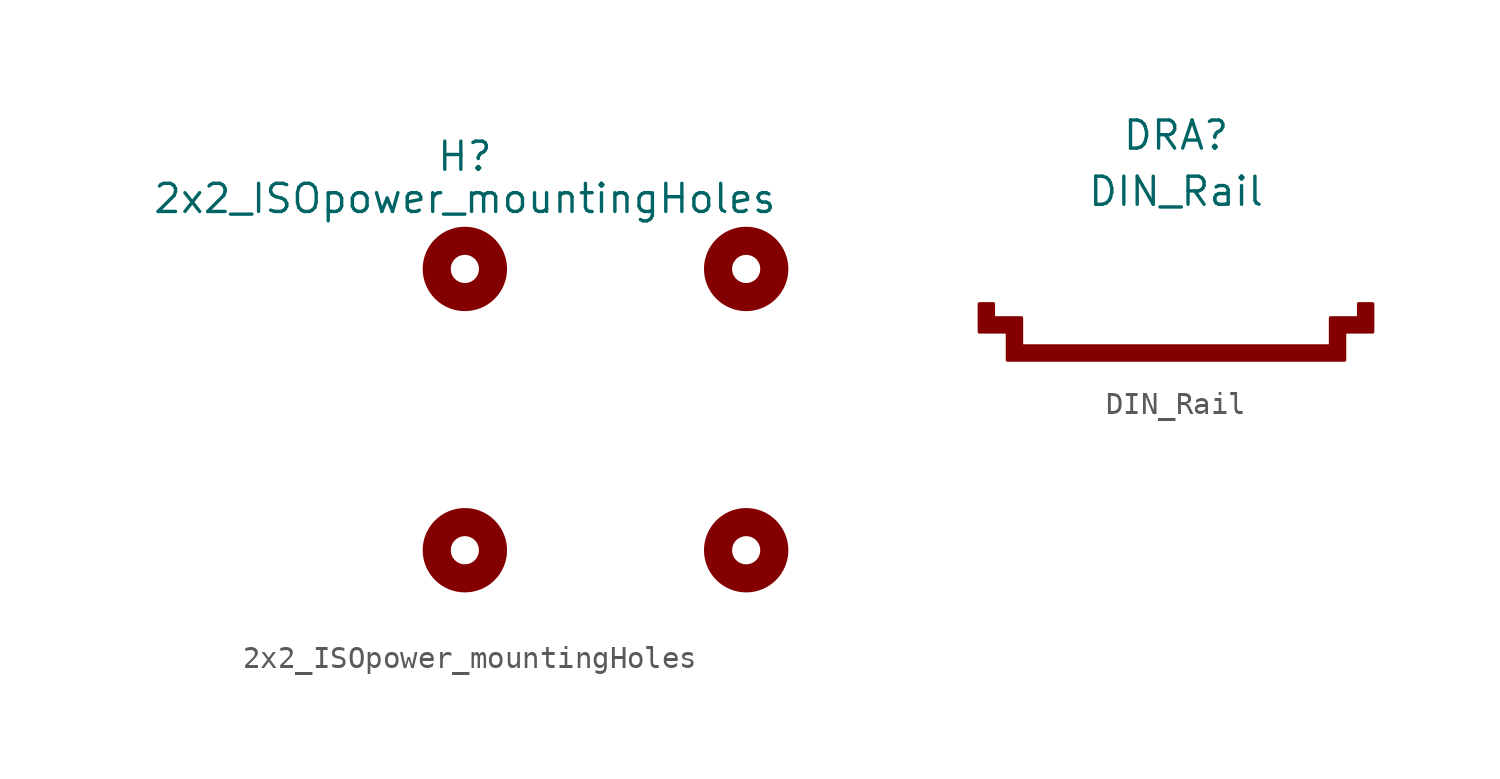
<source format=kicad_sym>
(kicad_symbol_lib
  (version 20231120)
  (generator "kicad_symbol_editor")
  (generator_version "8.0")
  (symbol "2x2_ISOpower_mountingHoles"
    (pin_names
      (offset 1.016))
    (property "Reference" "H"
      (at 0 5.08 0)
      (effects (font (size 1.27 1.27))))
    (property "Value" "2x2_ISOpower_mountingHoles"
      (at 0 3.175 0)
      (effects (font (size 1.27 1.27))))
    (symbol "2x2_ISOpower_mountingHoles_0_1"
      (circle (center 0 -12.7) (radius 1.27) (stroke (width 1.27) (type default)) (fill (type none)))
      (circle (center 0 0) (radius 1.27) (stroke (width 1.27) (type default)) (fill (type none)))
      (circle (center 12.7 -12.7) (radius 1.27) (stroke (width 1.27) (type default)) (fill (type none)))
      (circle (center 12.7 0) (radius 1.27) (stroke (width 1.27) (type default)) (fill (type none)))))
  (symbol "DIN_Rail"
    (property "Reference" "DRA"
      (at 0 6.35 0)
      (effects (font (size 1.27 1.27))))
    (property "Value" "DIN_Rail"
      (at 0 3.81 0)
      (effects (font (size 1.27 1.27))))
    (symbol "DIN_Rail_1_1"
      (polyline (pts (xy -8.89 -1.27) (xy -8.89 -2.54) (xy -7.62 -2.54) (xy -7.62 -3.81) (xy 7.62 -3.81) (xy 7.62 -2.54) (xy 8.89 -2.54) (xy 8.89 -1.27) (xy 8.255 -1.27) (xy 8.255 -1.905) (xy 7.62 -1.905) (xy 6.985 -1.905) (xy 6.985 -3.175) (xy -6.985 -3.175) (xy -6.985 -1.905) (xy -8.255 -1.905) (xy -8.255 -1.27) (xy -8.89 -1.27)) (stroke (width 0) (type default)) (fill (type outline))))))
</source>
